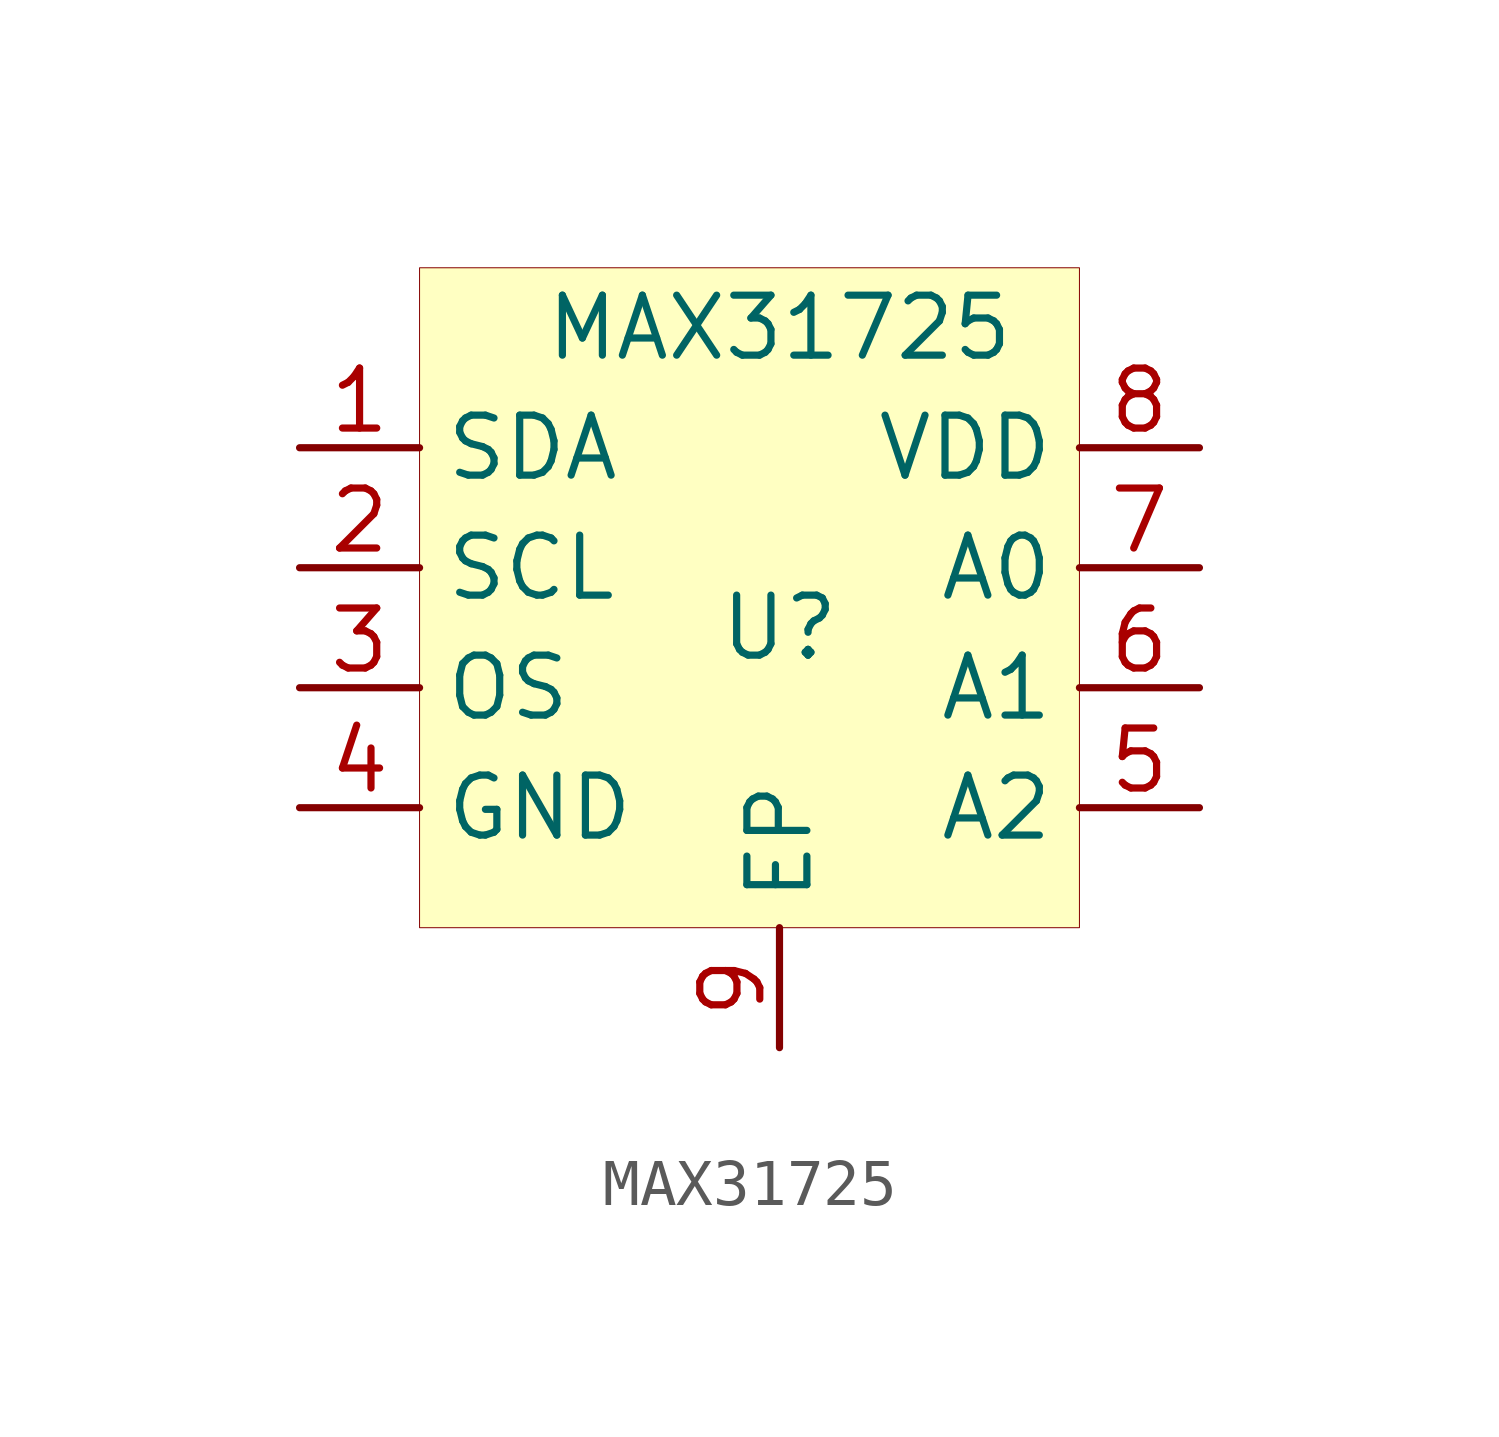
<source format=kicad_sym>
(kicad_symbol_lib
  (version 20201005)
  (generator kicad_symbol_editor)
  (symbol "max31725:MAX31725"
    (property "Reference" "U"
      (at 0 0 0)
      (effects (font (size 1.27 1.27))))
    (property "Value" "MAX31725"
      (at 0 6.35 0)
      (effects (font (size 1.27 1.27))))
    (symbol "MAX31725_0_1"
      (rectangle (start -7.62 7.62) (end 6.35 -6.35) (stroke (width 0.001)) (fill (type background))))
    (symbol "MAX31725_1_1"
      (pin bidirectional line (at -10.16 3.81 0) (length 2.54) (name "SDA" (effects (font (size 1.27 1.27)))) (number "1" (effects (font (size 1.27 1.27)))))
      (pin bidirectional line (at -10.16 1.27 0) (length 2.54) (name "SCL" (effects (font (size 1.27 1.27)))) (number "2" (effects (font (size 1.27 1.27)))))
      (pin open_collector line (at -10.16 -1.27 0) (length 2.54) (name "OS" (effects (font (size 1.27 1.27)))) (number "3" (effects (font (size 1.27 1.27)))))
      (pin power_in line (at -10.16 -3.81 0) (length 2.54) (name "GND" (effects (font (size 1.27 1.27)))) (number "4" (effects (font (size 1.27 1.27)))))
      (pin power_in line (at 8.89 3.81 180) (length 2.54) (name "VDD" (effects (font (size 1.27 1.27)))) (number "8" (effects (font (size 1.27 1.27)))))
      (pin input line (at 8.89 1.27 180) (length 2.54) (name "A0" (effects (font (size 1.27 1.27)))) (number "7" (effects (font (size 1.27 1.27)))))
      (pin input line (at 8.89 -1.27 180) (length 2.54) (name "A1" (effects (font (size 1.27 1.27)))) (number "6" (effects (font (size 1.27 1.27)))))
      (pin input line (at 8.89 -3.81 180) (length 2.54) (name "A2" (effects (font (size 1.27 1.27)))) (number "5" (effects (font (size 1.27 1.27)))))
      (pin passive line (at 0 -8.89 90) (length 2.54) (name "EP" (effects (font (size 1.27 1.27)))) (number "9" (effects (font (size 1.27 1.27))))))))
</source>
